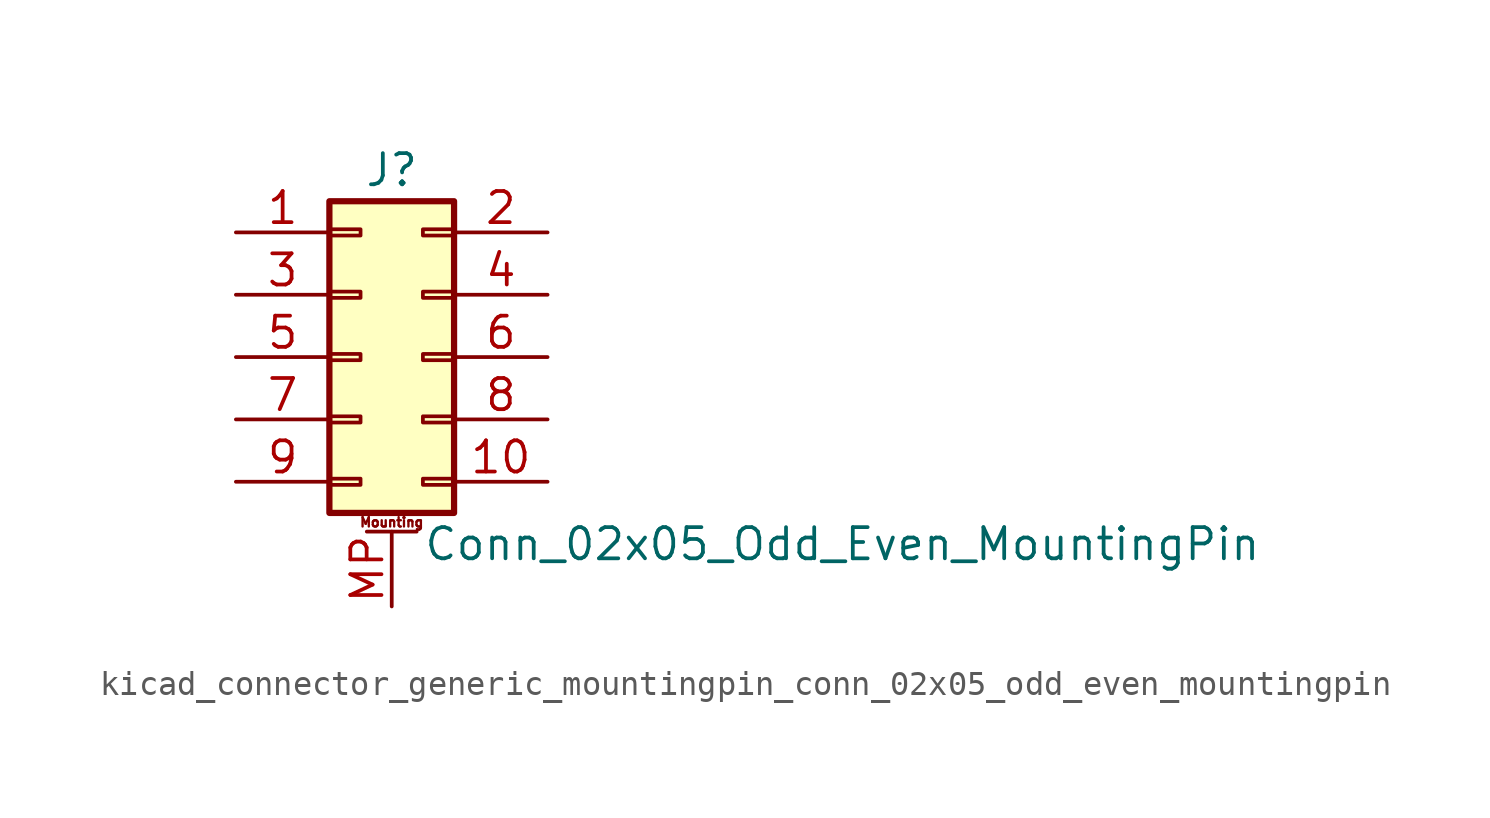
<source format=kicad_sym>
(kicad_symbol_lib
  (version 20220914)
  (generator kicad_symbol_editor)
  (symbol "kicad_connector_generic_mountingpin_conn_02x05_odd_even_mountingpin"
    (pin_names
      (offset 1.016) hide)
    (property "Reference" "J"
      (at 1.27 7.62 0)
      (effects (font (size 1.27 1.27))))
    (property "Value" "Conn_02x05_Odd_Even_MountingPin"
      (at 2.54 -7.62 0)
      (effects (font (size 1.27 1.27)) (justify left)))
    (symbol "kicad_connector_generic_mountingpin_conn_02x05_odd_even_mountingpin_1_1"
      (rectangle (start -1.27 -4.953) (end 0 -5.207) (stroke (width 0.152) (type default)) (fill (type none)))
      (rectangle (start -1.27 -2.413) (end 0 -2.667) (stroke (width 0.152) (type default)) (fill (type none)))
      (rectangle (start -1.27 0.127) (end 0 -0.127) (stroke (width 0.152) (type default)) (fill (type none)))
      (rectangle (start -1.27 2.667) (end 0 2.413) (stroke (width 0.152) (type default)) (fill (type none)))
      (rectangle (start -1.27 5.207) (end 0 4.953) (stroke (width 0.152) (type default)) (fill (type none)))
      (rectangle (start -1.27 6.35) (end 3.81 -6.35) (stroke (width 0.254) (type default)) (fill (type background)))
      (polyline (pts (xy 0.254 -7.112) (xy 2.286 -7.112)) (stroke (width 0.152) (type default)) (fill (type none)))
      (rectangle (start 3.81 -4.953) (end 2.54 -5.207) (stroke (width 0.152) (type default)) (fill (type none)))
      (rectangle (start 3.81 -2.413) (end 2.54 -2.667) (stroke (width 0.152) (type default)) (fill (type none)))
      (rectangle (start 3.81 0.127) (end 2.54 -0.127) (stroke (width 0.152) (type default)) (fill (type none)))
      (rectangle (start 3.81 2.667) (end 2.54 2.413) (stroke (width 0.152) (type default)) (fill (type none)))
      (rectangle (start 3.81 5.207) (end 2.54 4.953) (stroke (width 0.152) (type default)) (fill (type none)))
      (text "Mounting" (at 1.27 -6.731 0) (effects (font (size 0.381 0.381))))
      (pin passive line (at -5.08 5.08 0) (length 3.81) (name "Pin_1" (effects (font (size 1.27 1.27)))) (number "1" (effects (font (size 1.27 1.27)))))
      (pin passive line (at 7.62 -5.08 180) (length 3.81) (name "Pin_10" (effects (font (size 1.27 1.27)))) (number "10" (effects (font (size 1.27 1.27)))))
      (pin passive line (at 7.62 5.08 180) (length 3.81) (name "Pin_2" (effects (font (size 1.27 1.27)))) (number "2" (effects (font (size 1.27 1.27)))))
      (pin passive line (at -5.08 2.54 0) (length 3.81) (name "Pin_3" (effects (font (size 1.27 1.27)))) (number "3" (effects (font (size 1.27 1.27)))))
      (pin passive line (at 7.62 2.54 180) (length 3.81) (name "Pin_4" (effects (font (size 1.27 1.27)))) (number "4" (effects (font (size 1.27 1.27)))))
      (pin passive line (at -5.08 0 0) (length 3.81) (name "Pin_5" (effects (font (size 1.27 1.27)))) (number "5" (effects (font (size 1.27 1.27)))))
      (pin passive line (at 7.62 0 180) (length 3.81) (name "Pin_6" (effects (font (size 1.27 1.27)))) (number "6" (effects (font (size 1.27 1.27)))))
      (pin passive line (at -5.08 -2.54 0) (length 3.81) (name "Pin_7" (effects (font (size 1.27 1.27)))) (number "7" (effects (font (size 1.27 1.27)))))
      (pin passive line (at 7.62 -2.54 180) (length 3.81) (name "Pin_8" (effects (font (size 1.27 1.27)))) (number "8" (effects (font (size 1.27 1.27)))))
      (pin passive line (at -5.08 -5.08 0) (length 3.81) (name "Pin_9" (effects (font (size 1.27 1.27)))) (number "9" (effects (font (size 1.27 1.27)))))
      (pin passive line (at 1.27 -10.16 90) (length 3.048) (name "MountPin" (effects (font (size 1.27 1.27)))) (number "MP" (effects (font (size 1.27 1.27))))))))
</source>
